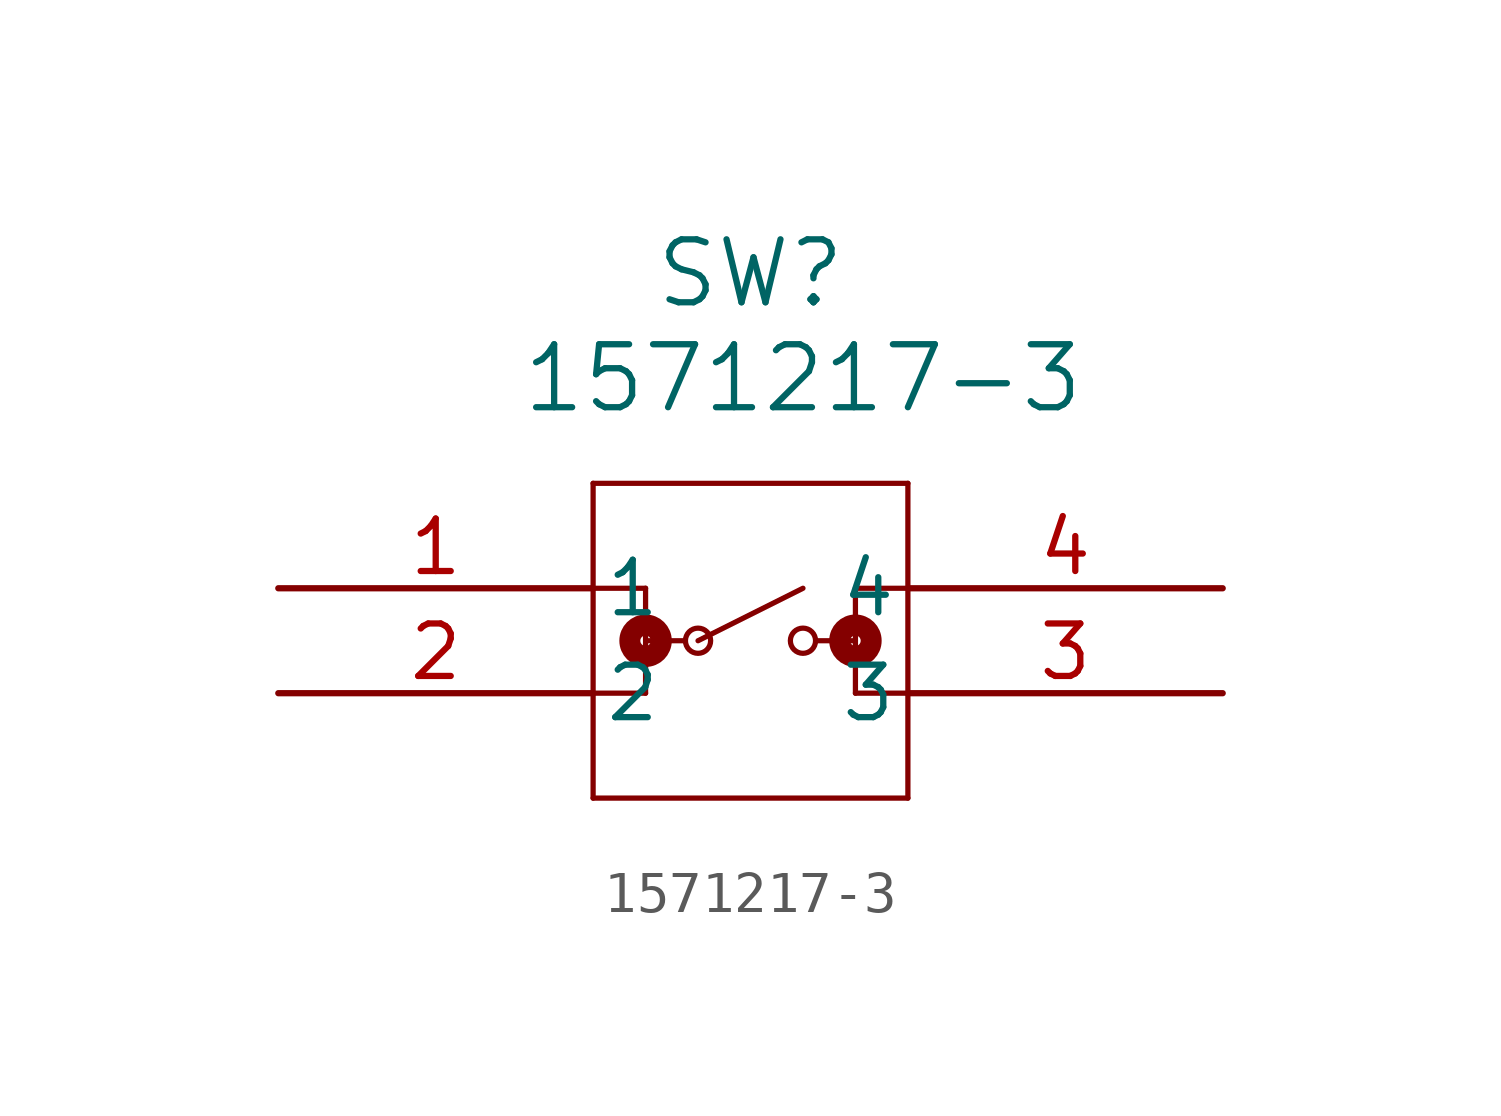
<source format=kicad_sym>
(kicad_symbol_lib
  (version 20211014)
  (generator kicad_symbol_editor)
  (symbol "1571217-3"
    (pin_names
      (offset 0.254))
    (property "Reference" "SW"
      (at 11.43 7.62 0)
      (effects (font (size 1.524 1.524))))
    (property "Value" "1571217-3"
      (at 12.7 5.08 0)
      (effects (font (size 1.524 1.524))))
    (symbol "1571217-3_0_1"
      (polyline (pts (xy 7.62 2.54) (xy 7.62 -5.08)) (stroke (width 0.127) (type default) (color 0 0 0 0)) (fill (type none)))
      (polyline (pts (xy 7.62 -5.08) (xy 15.24 -5.08)) (stroke (width 0.127) (type default) (color 0 0 0 0)) (fill (type none)))
      (polyline (pts (xy 15.24 -5.08) (xy 15.24 2.54)) (stroke (width 0.127) (type default) (color 0 0 0 0)) (fill (type none)))
      (polyline (pts (xy 15.24 2.54) (xy 7.62 2.54)) (stroke (width 0.127) (type default) (color 0 0 0 0)) (fill (type none)))
      (polyline (pts (xy 7.62 0) (xy 8.89 0)) (stroke (width 0.127) (type default) (color 0 0 0 0)) (fill (type none)))
      (polyline (pts (xy 8.89 0) (xy 8.89 -2.54)) (stroke (width 0.127) (type default) (color 0 0 0 0)) (fill (type none)))
      (polyline (pts (xy 8.89 -2.54) (xy 7.62 -2.54)) (stroke (width 0.127) (type default) (color 0 0 0 0)) (fill (type none)))
      (polyline (pts (xy 8.89 -1.27) (xy 9.842 -1.27)) (stroke (width 0.127) (type default) (color 0 0 0 0)) (fill (type none)))
      (polyline (pts (xy 13.018 -1.27) (xy 13.97 -1.27)) (stroke (width 0.127) (type default) (color 0 0 0 0)) (fill (type none)))
      (polyline (pts (xy 13.97 0) (xy 13.97 -2.54)) (stroke (width 0.127) (type default) (color 0 0 0 0)) (fill (type none)))
      (polyline (pts (xy 13.97 -2.54) (xy 15.24 -2.54)) (stroke (width 0.127) (type default) (color 0 0 0 0)) (fill (type none)))
      (polyline (pts (xy 13.97 0) (xy 15.24 0)) (stroke (width 0.127) (type default) (color 0 0 0 0)) (fill (type none)))
      (circle (center 8.89 -1.27) (radius 0.127) (stroke (width 0.508) (type default) (color 0 0 0 0)) (fill (type none)))
      (circle (center 10.16 -1.27) (radius 0.305) (stroke (width 0.127) (type default) (color 0 0 0 0)) (fill (type none)))
      (circle (center 13.97 -1.27) (radius 0.127) (stroke (width 0.508) (type default) (color 0 0 0 0)) (fill (type none)))
      (circle (center 12.7 -1.27) (radius 0.305) (stroke (width 0.127) (type default) (color 0 0 0 0)) (fill (type none)))
      (polyline (pts (xy 10.16 -1.27) (xy 12.7 0)) (stroke (width 0.127) (type default) (color 0 0 0 0)) (fill (type none)))
      (pin unspecified line (at 0 0 0) (length 7.62) (name "1" (effects (font (size 1.27 1.27)))) (number "1" (effects (font (size 1.27 1.27)))))
      (pin unspecified line (at 0 -2.54 0) (length 7.62) (name "2" (effects (font (size 1.27 1.27)))) (number "2" (effects (font (size 1.27 1.27)))))
      (pin unspecified line (at 22.86 -2.54 180) (length 7.62) (name "3" (effects (font (size 1.27 1.27)))) (number "3" (effects (font (size 1.27 1.27)))))
      (pin unspecified line (at 22.86 0 180) (length 7.62) (name "4" (effects (font (size 1.27 1.27)))) (number "4" (effects (font (size 1.27 1.27))))))))
</source>
